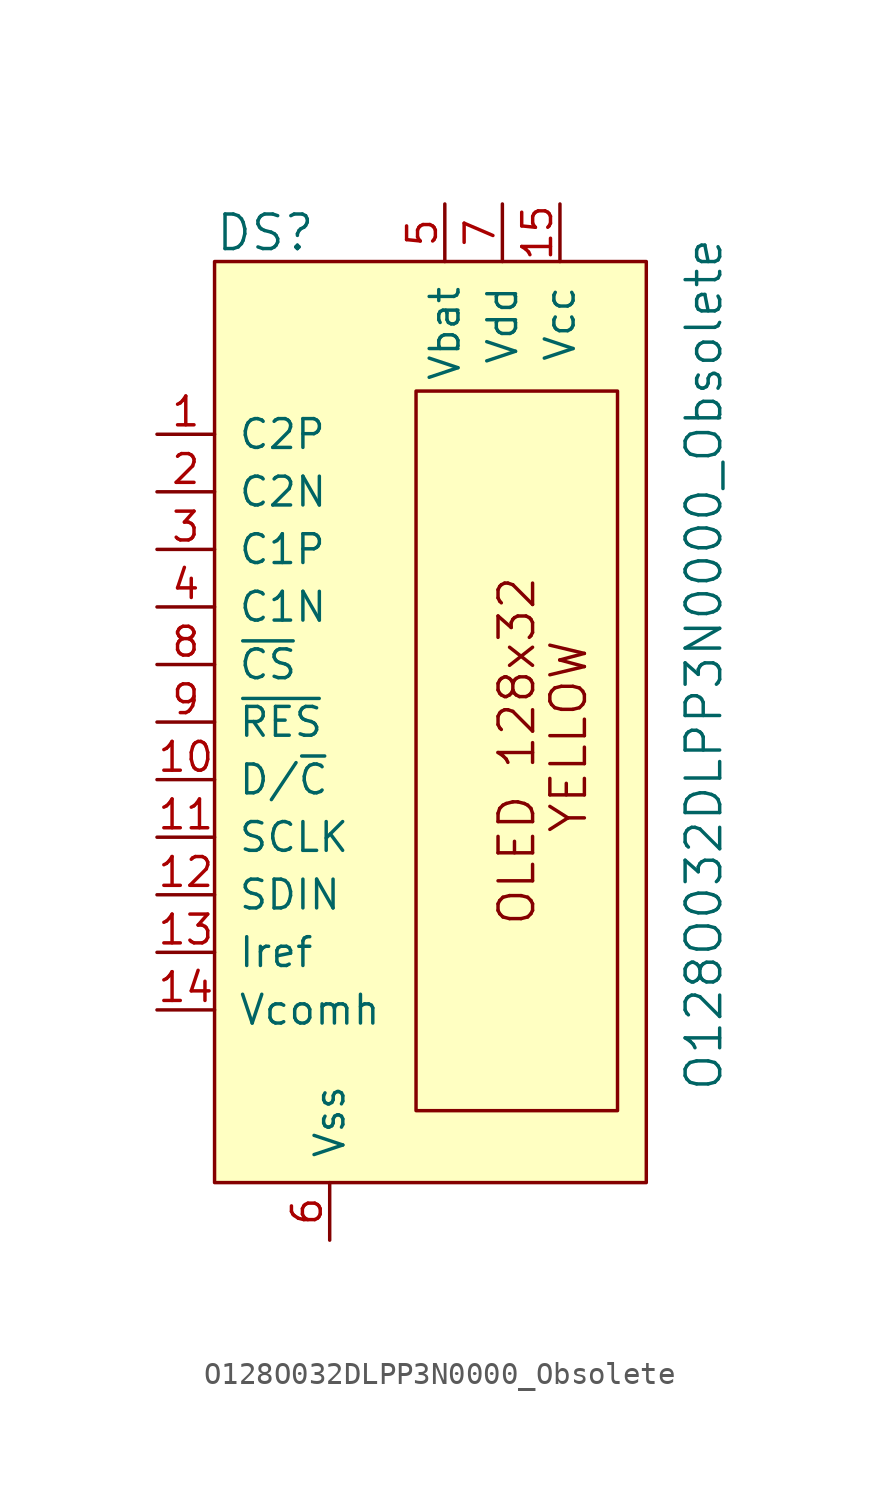
<source format=kicad_sym>
(kicad_symbol_lib
  (version 20211014)
  (generator kicad_symbol_editor)
  (symbol "O128O032DLPP3N0000_Obsolete"
    (pin_names
      (offset 1.016))
    (property "Reference" "DS"
      (at -17.78 19.05 0)
      (effects (font (size 1.524 1.524)) (justify left)))
    (property "Value" "O128O032DLPP3N0000_Obsolete"
      (at 3.81 0 90)
      (effects (font (size 1.524 1.524))))
    (symbol "O128O032DLPP3N0000_Obsolete_0_0"
      (text "OLED 128x32" (at -4.445 -3.81 900) (effects (font (size 1.524 1.524))))
      (text "YELLOW" (at -2.159 -3.175 900) (effects (font (size 1.524 1.524)))))
    (symbol "O128O032DLPP3N0000_Obsolete_0_1"
      (rectangle (start -17.78 -22.86) (end 1.27 17.78) (stroke (width 0) (type default) (color 0 0 0 0)) (fill (type background)))
      (rectangle (start -8.89 12.065) (end 0 -19.685) (stroke (width 0) (type default) (color 0 0 0 0)) (fill (type none))))
    (symbol "O128O032DLPP3N0000_Obsolete_1_1"
      (pin passive line (at -20.32 10.16 0) (length 2.54) (name "C2P" (effects (font (size 1.27 1.27)))) (number "1" (effects (font (size 1.27 1.27)))))
      (pin input line (at -20.32 -5.08 0) (length 2.54) (name "D/~{C}" (effects (font (size 1.27 1.27)))) (number "10" (effects (font (size 1.27 1.27)))))
      (pin input line (at -20.32 -7.62 0) (length 2.54) (name "SCLK" (effects (font (size 1.27 1.27)))) (number "11" (effects (font (size 1.27 1.27)))))
      (pin input line (at -20.32 -10.16 0) (length 2.54) (name "SDIN" (effects (font (size 1.27 1.27)))) (number "12" (effects (font (size 1.27 1.27)))))
      (pin passive line (at -20.32 -12.7 0) (length 2.54) (name "Iref" (effects (font (size 1.27 1.27)))) (number "13" (effects (font (size 1.27 1.27)))))
      (pin input line (at -20.32 -15.24 0) (length 2.54) (name "Vcomh" (effects (font (size 1.27 1.27)))) (number "14" (effects (font (size 1.27 1.27)))))
      (pin input line (at -2.54 20.32 270) (length 2.54) (name "Vcc" (effects (font (size 1.27 1.27)))) (number "15" (effects (font (size 1.27 1.27)))))
      (pin passive line (at -20.32 7.62 0) (length 2.54) (name "C2N" (effects (font (size 1.27 1.27)))) (number "2" (effects (font (size 1.27 1.27)))))
      (pin passive line (at -20.32 5.08 0) (length 2.54) (name "C1P" (effects (font (size 1.27 1.27)))) (number "3" (effects (font (size 1.27 1.27)))))
      (pin passive line (at -20.32 2.54 0) (length 2.54) (name "C1N" (effects (font (size 1.27 1.27)))) (number "4" (effects (font (size 1.27 1.27)))))
      (pin power_in line (at -7.62 20.32 270) (length 2.54) (name "Vbat" (effects (font (size 1.27 1.27)))) (number "5" (effects (font (size 1.27 1.27)))))
      (pin power_in line (at -12.7 -25.4 90) (length 2.54) (name "Vss" (effects (font (size 1.27 1.27)))) (number "6" (effects (font (size 1.27 1.27)))))
      (pin power_in line (at -5.08 20.32 270) (length 2.54) (name "Vdd" (effects (font (size 1.27 1.27)))) (number "7" (effects (font (size 1.27 1.27)))))
      (pin input line (at -20.32 0 0) (length 2.54) (name "~{CS}" (effects (font (size 1.27 1.27)))) (number "8" (effects (font (size 1.27 1.27)))))
      (pin input line (at -20.32 -2.54 0) (length 2.54) (name "~{RES}" (effects (font (size 1.27 1.27)))) (number "9" (effects (font (size 1.27 1.27))))))))
</source>
